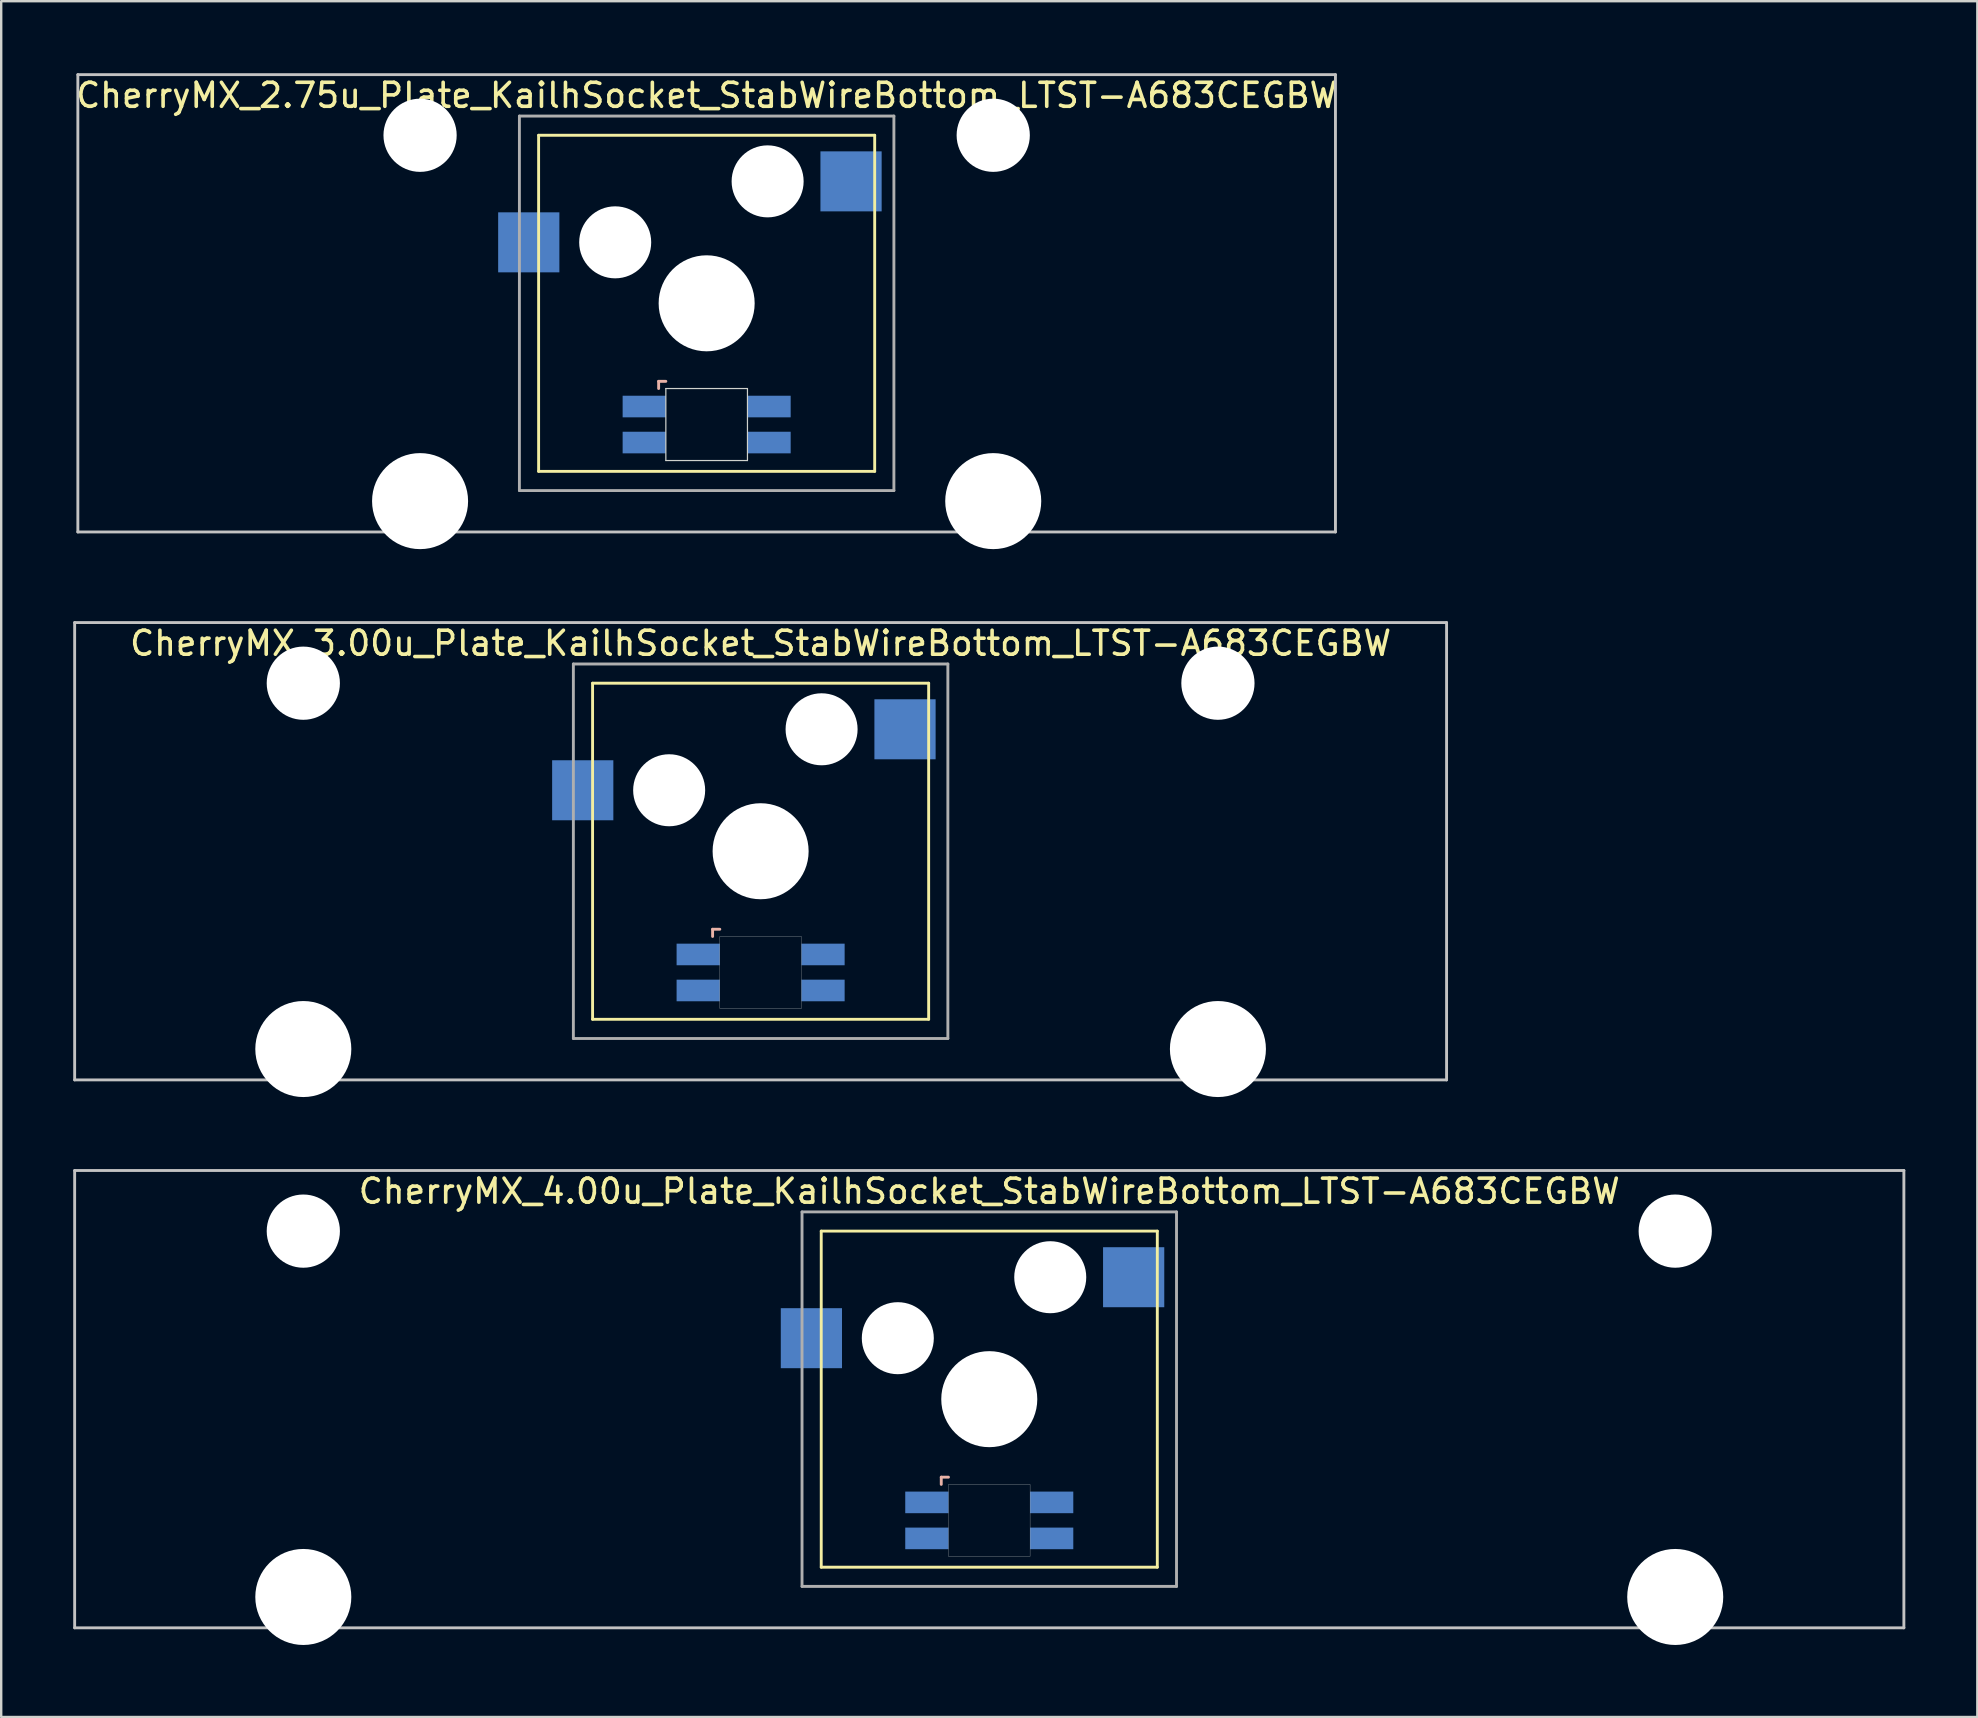
<source format=kicad_pcb>
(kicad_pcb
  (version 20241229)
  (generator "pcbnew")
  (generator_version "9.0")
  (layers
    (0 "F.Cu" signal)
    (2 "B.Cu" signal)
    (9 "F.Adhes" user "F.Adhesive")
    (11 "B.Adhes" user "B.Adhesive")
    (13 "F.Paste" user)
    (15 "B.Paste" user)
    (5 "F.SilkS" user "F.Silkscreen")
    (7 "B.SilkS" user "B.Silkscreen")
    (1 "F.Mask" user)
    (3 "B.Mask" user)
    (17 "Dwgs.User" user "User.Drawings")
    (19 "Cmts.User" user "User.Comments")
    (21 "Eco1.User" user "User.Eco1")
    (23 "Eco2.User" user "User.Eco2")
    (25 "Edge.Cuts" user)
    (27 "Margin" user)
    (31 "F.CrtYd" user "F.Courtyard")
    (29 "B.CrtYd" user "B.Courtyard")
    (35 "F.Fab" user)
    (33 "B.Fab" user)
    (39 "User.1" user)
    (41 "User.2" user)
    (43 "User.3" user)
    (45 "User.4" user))
  (footprint "CherryMX_2.75u_Plate_KailhSocket_StabWireBottom_LTST-A683CEGBW"
    (layer "F.Cu")
    (at 26.387 9.585)
    (property "Reference" "CherryMX_2.75u_Plate_KailhSocket_StabWireBottom_LTST-A683CEGBW" (at 0 -8.662 0) (layer "F.SilkS") (effects (font (size 1 1) (thickness 0.15))))
    (attr through_hole)
    (fp_line (start -7 -7) (end -7 7) (stroke (width 0.12) (type solid)) (layer "F.SilkS"))
    (fp_line (start -7 -7) (end 7 -7) (stroke (width 0.12) (type solid)) (layer "F.SilkS"))
    (fp_line (start 7 -7) (end 7 7) (stroke (width 0.12) (type solid)) (layer "F.SilkS"))
    (fp_line (start 7 7) (end -7 7) (stroke (width 0.12) (type solid)) (layer "F.SilkS"))
    (fp_line (start -2 3.25) (end -2 3.55) (stroke (width 0.12) (type solid)) (layer "B.SilkS"))
    (fp_line (start -1.7 3.25) (end -2 3.25) (stroke (width 0.12) (type solid)) (layer "B.SilkS"))
    (fp_line (start -26.194 -9.525) (end 26.194 -9.525) (stroke (width 0.12) (type solid)) (layer "Dwgs.User"))
    (fp_line (start -26.194 9.525) (end -26.194 -9.525) (stroke (width 0.12) (type solid)) (layer "Dwgs.User"))
    (fp_line (start 26.194 -9.525) (end 26.194 9.525) (stroke (width 0.12) (type solid)) (layer "Dwgs.User"))
    (fp_line (start 26.194 9.525) (end -26.194 9.525) (stroke (width 0.12) (type solid)) (layer "Dwgs.User"))
    (fp_line (start -1.7 3.55) (end 1.7 3.55) (stroke (width 0.05) (type solid)) (layer "Edge.Cuts"))
    (fp_line (start -1.7 6.55) (end -1.7 3.55) (stroke (width 0.05) (type solid)) (layer "Edge.Cuts"))
    (fp_line (start 1.7 3.55) (end 1.7 6.55) (stroke (width 0.05) (type solid)) (layer "Edge.Cuts"))
    (fp_line (start 1.7 6.55) (end -1.7 6.55) (stroke (width 0.05) (type solid)) (layer "Edge.Cuts"))
    (fp_line (start -7.8 -7.8) (end -7.8 7.8) (stroke (width 0.12) (type solid)) (layer "F.Fab"))
    (fp_line (start -7.8 -7.8) (end 7.8 -7.8) (stroke (width 0.12) (type solid)) (layer "F.Fab"))
    (fp_line (start -7.8 7.8) (end 7.8 7.8) (stroke (width 0.12) (type solid)) (layer "F.Fab"))
    (fp_line (start 7.8 -7.8) (end 7.8 7.8) (stroke (width 0.12) (type solid)) (layer "F.Fab"))
    (pad "" np_thru_hole circle (at -11.938 -7) (size 3.05 3.05) (drill 3.05) (layers "*.Cu" "*.Mask"))
    (pad "" np_thru_hole circle (at -11.938 8.24) (size 4 4) (drill 4) (layers "*.Cu" "*.Mask"))
    (pad "" np_thru_hole circle (at -3.81 -2.54) (size 3 3) (drill 3) (layers "*.Cu" "*.Mask"))
    (pad "" np_thru_hole circle (at 0 0) (size 4 4) (drill 4) (layers "*.Cu" "*.Mask"))
    (pad "" np_thru_hole circle (at 2.54 -5.08) (size 3 3) (drill 3) (layers "*.Cu" "*.Mask"))
    (pad "" np_thru_hole circle (at 11.938 -7) (size 3.05 3.05) (drill 3.05) (layers "*.Cu" "*.Mask"))
    (pad "" np_thru_hole circle (at 11.938 8.24) (size 4 4) (drill 4) (layers "*.Cu" "*.Mask"))
    (pad "1" smd rect (at -7.41 -2.54) (size 2.55 2.5) (layers "B.Cu" "B.Mask" "B.Paste"))
    (pad "2" smd rect (at 6.015 -5.08) (size 2.55 2.5) (layers "B.Cu" "B.Mask" "B.Paste"))
    (pad "3" smd rect (at -2.6 4.3) (size 1.8 0.9) (layers "B.Cu" "B.Mask" "B.Paste"))
    (pad "4" smd rect (at -2.6 5.8) (size 1.8 0.9) (layers "B.Cu" "B.Mask" "B.Paste"))
    (pad "5" smd rect (at 2.6 4.3) (size 1.8 0.9) (layers "B.Cu" "B.Mask" "B.Paste"))
    (pad "6" smd rect (at 2.6 5.8) (size 1.8 0.9) (layers "B.Cu" "B.Mask" "B.Paste")))
  (footprint "CherryMX_4.00u_Plate_KailhSocket_StabWireBottom_LTST-A683CEGBW"
    (layer "F.Cu")
    (at 38.16 55.235)
    (property "Reference" "CherryMX_4.00u_Plate_KailhSocket_StabWireBottom_LTST-A683CEGBW" (at 0 -8.662 0) (layer "F.SilkS") (effects (font (size 1 1) (thickness 0.15))))
    (attr through_hole)
    (fp_line (start -7 -7) (end -7 7) (stroke (width 0.12) (type solid)) (layer "F.SilkS"))
    (fp_line (start -7 -7) (end 7 -7) (stroke (width 0.12) (type solid)) (layer "F.SilkS"))
    (fp_line (start 7 -7) (end 7 7) (stroke (width 0.12) (type solid)) (layer "F.SilkS"))
    (fp_line (start 7 7) (end -7 7) (stroke (width 0.12) (type solid)) (layer "F.SilkS"))
    (fp_line (start -2 3.25) (end -2 3.55) (stroke (width 0.12) (type solid)) (layer "B.SilkS"))
    (fp_line (start -1.7 3.25) (end -2 3.25) (stroke (width 0.12) (type solid)) (layer "B.SilkS"))
    (fp_line (start -38.1 -9.525) (end 38.1 -9.525) (stroke (width 0.12) (type solid)) (layer "Dwgs.User"))
    (fp_line (start -38.1 9.525) (end -38.1 -9.525) (stroke (width 0.12) (type solid)) (layer "Dwgs.User"))
    (fp_line (start 38.1 -9.525) (end 38.1 9.525) (stroke (width 0.12) (type solid)) (layer "Dwgs.User"))
    (fp_line (start 38.1 9.525) (end -38.1 9.525) (stroke (width 0.12) (type solid)) (layer "Dwgs.User"))
    (fp_poly (pts (xy 1.7 6.55) (xy -1.7 6.55) (xy -1.7 3.55) (xy 1.7 3.55)) (stroke (width 0.01) (type solid)) (fill no) (layer "Edge.Cuts"))
    (fp_line (start -7.8 -7.8) (end -7.8 7.8) (stroke (width 0.12) (type solid)) (layer "F.Fab"))
    (fp_line (start -7.8 -7.8) (end 7.8 -7.8) (stroke (width 0.12) (type solid)) (layer "F.Fab"))
    (fp_line (start -7.8 7.8) (end 7.8 7.8) (stroke (width 0.12) (type solid)) (layer "F.Fab"))
    (fp_line (start 7.8 -7.8) (end 7.8 7.8) (stroke (width 0.12) (type solid)) (layer "F.Fab"))
    (pad "" np_thru_hole circle (at -28.575 -7) (size 3.05 3.05) (drill 3.05) (layers "*.Cu" "*.Mask"))
    (pad "" np_thru_hole circle (at -28.575 8.24) (size 4 4) (drill 4) (layers "*.Cu" "*.Mask"))
    (pad "" np_thru_hole circle (at -3.81 -2.54) (size 3 3) (drill 3) (layers "*.Cu" "*.Mask"))
    (pad "" np_thru_hole circle (at 0 0) (size 4 4) (drill 4) (layers "*.Cu" "*.Mask"))
    (pad "" np_thru_hole circle (at 2.54 -5.08) (size 3 3) (drill 3) (layers "*.Cu" "*.Mask"))
    (pad "" np_thru_hole circle (at 28.575 -7) (size 3.05 3.05) (drill 3.05) (layers "*.Cu" "*.Mask"))
    (pad "" np_thru_hole circle (at 28.575 8.24) (size 4 4) (drill 4) (layers "*.Cu" "*.Mask"))
    (pad "1" smd rect (at -7.41 -2.54) (size 2.55 2.5) (layers "B.Cu" "B.Mask" "B.Paste"))
    (pad "2" smd rect (at 6.015 -5.08) (size 2.55 2.5) (layers "B.Cu" "B.Mask" "B.Paste"))
    (pad "3" smd rect (at -2.6 4.3) (size 1.8 0.9) (layers "B.Cu" "B.Mask" "B.Paste"))
    (pad "4" smd rect (at -2.6 5.8) (size 1.8 0.9) (layers "B.Cu" "B.Mask" "B.Paste"))
    (pad "5" smd rect (at 2.6 4.3) (size 1.8 0.9) (layers "B.Cu" "B.Mask" "B.Paste"))
    (pad "6" smd rect (at 2.6 5.8) (size 1.8 0.9) (layers "B.Cu" "B.Mask" "B.Paste")))
  (footprint "CherryMX_3.00u_Plate_KailhSocket_StabWireBottom_LTST-A683CEGBW"
    (layer "F.Cu")
    (at 28.635 32.41)
    (property "Reference" "CherryMX_3.00u_Plate_KailhSocket_StabWireBottom_LTST-A683CEGBW" (at 0 -8.662 0) (layer "F.SilkS") (effects (font (size 1 1) (thickness 0.15))))
    (attr through_hole)
    (fp_line (start -7 -7) (end -7 7) (stroke (width 0.12) (type solid)) (layer "F.SilkS"))
    (fp_line (start -7 -7) (end 7 -7) (stroke (width 0.12) (type solid)) (layer "F.SilkS"))
    (fp_line (start 7 -7) (end 7 7) (stroke (width 0.12) (type solid)) (layer "F.SilkS"))
    (fp_line (start 7 7) (end -7 7) (stroke (width 0.12) (type solid)) (layer "F.SilkS"))
    (fp_line (start -2 3.25) (end -2 3.55) (stroke (width 0.12) (type solid)) (layer "B.SilkS"))
    (fp_line (start -1.7 3.25) (end -2 3.25) (stroke (width 0.12) (type solid)) (layer "B.SilkS"))
    (fp_line (start -28.575 -9.525) (end 28.575 -9.525) (stroke (width 0.12) (type solid)) (layer "Dwgs.User"))
    (fp_line (start -28.575 9.525) (end -28.575 -9.525) (stroke (width 0.12) (type solid)) (layer "Dwgs.User"))
    (fp_line (start 28.575 -9.525) (end 28.575 9.525) (stroke (width 0.12) (type solid)) (layer "Dwgs.User"))
    (fp_line (start 28.575 9.525) (end -28.575 9.525) (stroke (width 0.12) (type solid)) (layer "Dwgs.User"))
    (fp_poly (pts (xy 1.7 6.55) (xy -1.7 6.55) (xy -1.7 3.55) (xy 1.7 3.55)) (stroke (width 0.01) (type solid)) (fill no) (layer "Edge.Cuts"))
    (fp_line (start -7.8 -7.8) (end -7.8 7.8) (stroke (width 0.12) (type solid)) (layer "F.Fab"))
    (fp_line (start -7.8 -7.8) (end 7.8 -7.8) (stroke (width 0.12) (type solid)) (layer "F.Fab"))
    (fp_line (start -7.8 7.8) (end 7.8 7.8) (stroke (width 0.12) (type solid)) (layer "F.Fab"))
    (fp_line (start 7.8 -7.8) (end 7.8 7.8) (stroke (width 0.12) (type solid)) (layer "F.Fab"))
    (pad "" np_thru_hole circle (at -19.05 -7) (size 3.05 3.05) (drill 3.05) (layers "*.Cu" "*.Mask"))
    (pad "" np_thru_hole circle (at -19.05 8.24) (size 4 4) (drill 4) (layers "*.Cu" "*.Mask"))
    (pad "" np_thru_hole circle (at -3.81 -2.54) (size 3 3) (drill 3) (layers "*.Cu" "*.Mask"))
    (pad "" np_thru_hole circle (at 0 0) (size 4 4) (drill 4) (layers "*.Cu" "*.Mask"))
    (pad "" np_thru_hole circle (at 2.54 -5.08) (size 3 3) (drill 3) (layers "*.Cu" "*.Mask"))
    (pad "" np_thru_hole circle (at 19.05 -7) (size 3.05 3.05) (drill 3.05) (layers "*.Cu" "*.Mask"))
    (pad "" np_thru_hole circle (at 19.05 8.24) (size 4 4) (drill 4) (layers "*.Cu" "*.Mask"))
    (pad "1" smd rect (at -7.41 -2.54) (size 2.55 2.5) (layers "B.Cu" "B.Mask" "B.Paste"))
    (pad "2" smd rect (at 6.015 -5.08) (size 2.55 2.5) (layers "B.Cu" "B.Mask" "B.Paste"))
    (pad "3" smd rect (at -2.6 4.3) (size 1.8 0.9) (layers "B.Cu" "B.Mask" "B.Paste"))
    (pad "4" smd rect (at -2.6 5.8) (size 1.8 0.9) (layers "B.Cu" "B.Mask" "B.Paste"))
    (pad "5" smd rect (at 2.6 4.3) (size 1.8 0.9) (layers "B.Cu" "B.Mask" "B.Paste"))
    (pad "6" smd rect (at 2.6 5.8) (size 1.8 0.9) (layers "B.Cu" "B.Mask" "B.Paste")))
  (gr_rect
    (start -3 -3)
    (end 79.32 68.475)
    (stroke (width 0.1) (type default))
    (fill no)
    (layer "Edge.Cuts")))
</source>
